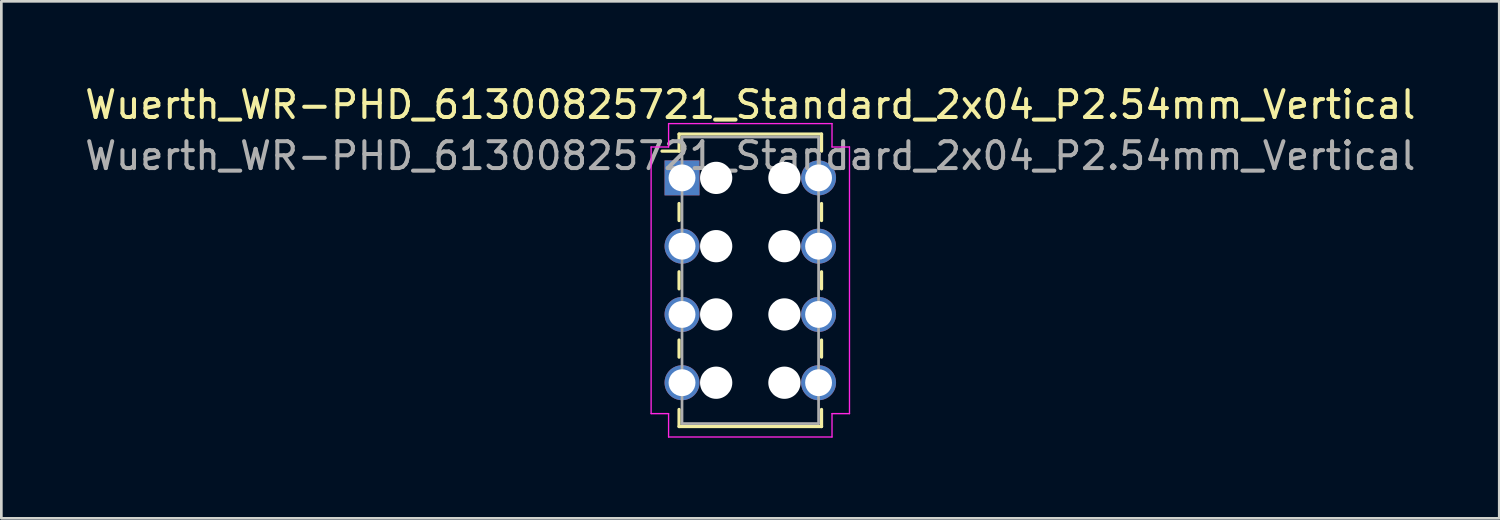
<source format=kicad_pcb>
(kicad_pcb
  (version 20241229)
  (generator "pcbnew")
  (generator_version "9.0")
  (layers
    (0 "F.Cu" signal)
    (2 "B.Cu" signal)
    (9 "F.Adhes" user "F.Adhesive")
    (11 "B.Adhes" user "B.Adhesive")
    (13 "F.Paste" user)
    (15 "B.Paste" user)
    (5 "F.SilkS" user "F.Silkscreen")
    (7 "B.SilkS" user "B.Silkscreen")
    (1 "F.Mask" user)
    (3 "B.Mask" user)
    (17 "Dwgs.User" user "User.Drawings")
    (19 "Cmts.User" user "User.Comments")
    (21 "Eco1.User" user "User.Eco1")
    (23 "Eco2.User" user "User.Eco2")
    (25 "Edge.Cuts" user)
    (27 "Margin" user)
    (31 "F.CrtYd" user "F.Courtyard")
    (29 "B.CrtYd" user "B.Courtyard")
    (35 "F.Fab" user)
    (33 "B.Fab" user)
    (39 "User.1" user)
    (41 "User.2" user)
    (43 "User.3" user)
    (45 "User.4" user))
  (footprint "Wuerth_WR-PHD_61300825721_Standard_2x04_P2.54mm_Vertical"
    (layer "F.Cu")
    (at 22.323 3.568)
    (property "Reference" "Wuerth_WR-PHD_61300825721_Standard_2x04_P2.54mm_Vertical" (at 2.54 -2.72 0) (layer "F.SilkS") (effects (font (size 1 1) (thickness 0.15))))
    (attr through_hole)
    (fp_line (start -0.11 -1.63) (end -0.11 -0.995) (stroke (width 0.12) (type solid)) (layer "F.SilkS"))
    (fp_line (start -0.11 -1.63) (end 5.19 -1.63) (stroke (width 0.12) (type solid)) (layer "F.SilkS"))
    (fp_line (start -0.11 -0.995) (end -0.745 -0.995) (stroke (width 0.12) (type solid)) (layer "F.SilkS"))
    (fp_line (start -0.11 0.953) (end -0.11 1.587) (stroke (width 0.12) (type solid)) (layer "F.SilkS"))
    (fp_line (start -0.11 3.493) (end -0.11 4.128) (stroke (width 0.12) (type solid)) (layer "F.SilkS"))
    (fp_line (start -0.11 6.032) (end -0.11 6.668) (stroke (width 0.12) (type solid)) (layer "F.SilkS"))
    (fp_line (start -0.11 9.25) (end -0.11 8.615) (stroke (width 0.12) (type solid)) (layer "F.SilkS"))
    (fp_line (start -0.11 9.25) (end 5.19 9.25) (stroke (width 0.12) (type solid)) (layer "F.SilkS"))
    (fp_line (start 5.19 -1.63) (end 5.19 -0.995) (stroke (width 0.12) (type solid)) (layer "F.SilkS"))
    (fp_line (start 5.19 0.953) (end 5.19 1.587) (stroke (width 0.12) (type solid)) (layer "F.SilkS"))
    (fp_line (start 5.19 3.493) (end 5.19 4.128) (stroke (width 0.12) (type solid)) (layer "F.SilkS"))
    (fp_line (start 5.19 6.032) (end 5.19 6.668) (stroke (width 0.12) (type solid)) (layer "F.SilkS"))
    (fp_line (start 5.19 9.25) (end 5.19 8.615) (stroke (width 0.12) (type solid)) (layer "F.SilkS"))
    (fp_line (start -1.15 -1.15) (end -0.5 -1.15) (stroke (width 0.05) (type solid)) (layer "F.CrtYd"))
    (fp_line (start -1.15 8.77) (end -1.15 -1.15) (stroke (width 0.05) (type solid)) (layer "F.CrtYd"))
    (fp_line (start -0.5 -2.02) (end 5.58 -2.02) (stroke (width 0.05) (type solid)) (layer "F.CrtYd"))
    (fp_line (start -0.5 -1.15) (end -0.5 -2.02) (stroke (width 0.05) (type solid)) (layer "F.CrtYd"))
    (fp_line (start -0.5 8.77) (end -1.15 8.77) (stroke (width 0.05) (type solid)) (layer "F.CrtYd"))
    (fp_line (start -0.5 9.64) (end -0.5 8.77) (stroke (width 0.05) (type solid)) (layer "F.CrtYd"))
    (fp_line (start 5.58 -2.02) (end 5.58 -1.15) (stroke (width 0.05) (type solid)) (layer "F.CrtYd"))
    (fp_line (start 5.58 -1.15) (end 6.23 -1.15) (stroke (width 0.05) (type solid)) (layer "F.CrtYd"))
    (fp_line (start 5.58 8.77) (end 5.58 9.64) (stroke (width 0.05) (type solid)) (layer "F.CrtYd"))
    (fp_line (start 5.58 9.64) (end -0.5 9.64) (stroke (width 0.05) (type solid)) (layer "F.CrtYd"))
    (fp_line (start 6.23 -1.15) (end 6.23 8.77) (stroke (width 0.05) (type solid)) (layer "F.CrtYd"))
    (fp_line (start 6.23 8.77) (end 5.58 8.77) (stroke (width 0.05) (type solid)) (layer "F.CrtYd"))
    (fp_line (start 0 -1.52) (end 0 9.14) (stroke (width 0.1) (type solid)) (layer "F.Fab"))
    (fp_line (start 0 9.14) (end 5.08 9.14) (stroke (width 0.1) (type solid)) (layer "F.Fab"))
    (fp_line (start 5.08 -1.52) (end 0 -1.52) (stroke (width 0.1) (type solid)) (layer "F.Fab"))
    (fp_line (start 5.08 9.14) (end 5.08 -1.52) (stroke (width 0.1) (type solid)) (layer "F.Fab"))
    (fp_text user "${REFERENCE}" (at 2.54 -0.82 0) (layer "F.Fab") (effects (font (size 1 1) (thickness 0.15))))
    (pad "" np_thru_hole circle (at 1.27 0) (size 1.2 1.2) (drill 1.2) (layers "*.Cu" "*.Mask"))
    (pad "" np_thru_hole circle (at 1.27 2.54) (size 1.2 1.2) (drill 1.2) (layers "*.Cu" "*.Mask"))
    (pad "" np_thru_hole circle (at 1.27 5.08) (size 1.2 1.2) (drill 1.2) (layers "*.Cu" "*.Mask"))
    (pad "" np_thru_hole circle (at 1.27 7.62) (size 1.2 1.2) (drill 1.2) (layers "*.Cu" "*.Mask"))
    (pad "" np_thru_hole circle (at 3.81 0) (size 1.2 1.2) (drill 1.2) (layers "*.Cu" "*.Mask"))
    (pad "" np_thru_hole circle (at 3.81 2.54) (size 1.2 1.2) (drill 1.2) (layers "*.Cu" "*.Mask"))
    (pad "" np_thru_hole circle (at 3.81 5.08) (size 1.2 1.2) (drill 1.2) (layers "*.Cu" "*.Mask"))
    (pad "" np_thru_hole circle (at 3.81 7.62) (size 1.2 1.2) (drill 1.2) (layers "*.Cu" "*.Mask"))
    (pad "1" thru_hole rect (at 0 0) (size 1.3 1.3) (drill 1) (layers "*.Cu" "*.Mask"))
    (pad "2" thru_hole circle (at 5.08 0) (size 1.3 1.3) (drill 1) (layers "*.Cu" "*.Mask"))
    (pad "3" thru_hole circle (at 0 2.54) (size 1.3 1.3) (drill 1) (layers "*.Cu" "*.Mask"))
    (pad "4" thru_hole circle (at 5.08 2.54) (size 1.3 1.3) (drill 1) (layers "*.Cu" "*.Mask"))
    (pad "5" thru_hole circle (at 0 5.08) (size 1.3 1.3) (drill 1) (layers "*.Cu" "*.Mask"))
    (pad "6" thru_hole circle (at 5.08 5.08) (size 1.3 1.3) (drill 1) (layers "*.Cu" "*.Mask"))
    (pad "7" thru_hole circle (at 0 7.62) (size 1.3 1.3) (drill 1) (layers "*.Cu" "*.Mask"))
    (pad "8" thru_hole circle (at 5.08 7.62) (size 1.3 1.3) (drill 1) (layers "*.Cu" "*.Mask")))
  (gr_rect
    (start -3 -3)
    (end 52.726 16.233)
    (stroke (width 0.1) (type default))
    (fill no)
    (layer "Edge.Cuts")))
</source>
